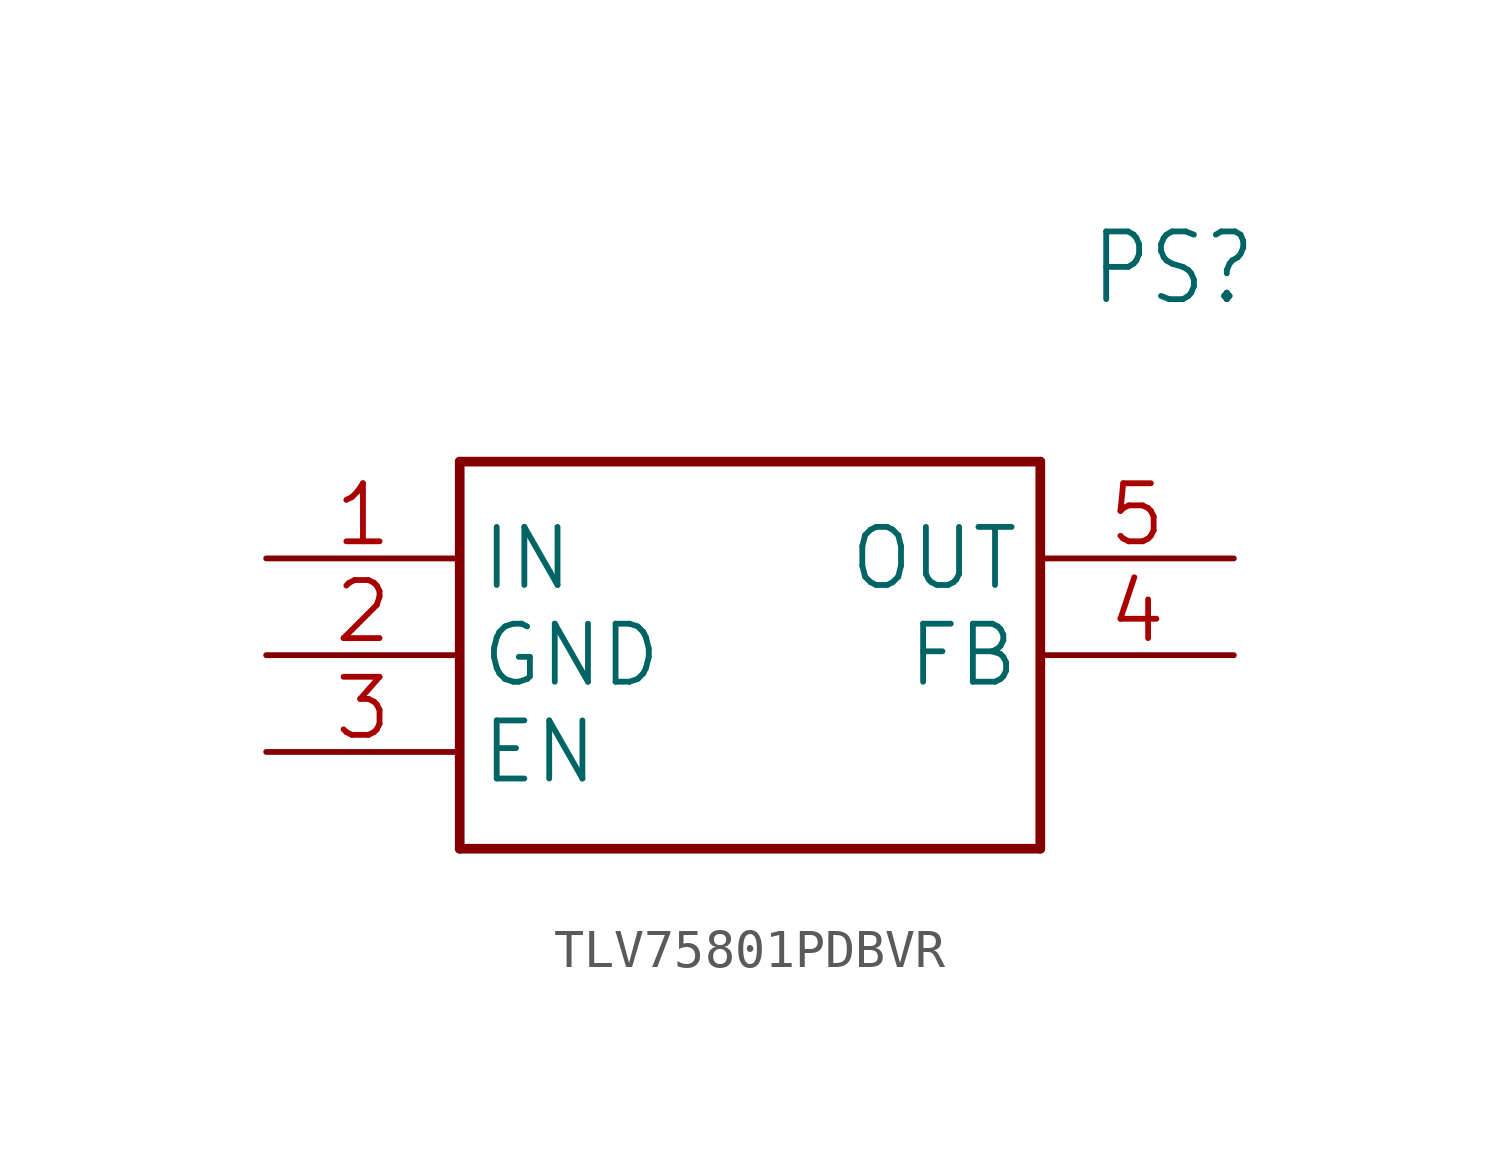
<source format=kicad_sym>
(kicad_symbol_lib
  (version 20241209)
  (generator "kicad_symbol_editor")
  (generator_version "9.0")
  (symbol "TLV75801PDBVR"
    (property "Reference" "PS"
      (at 21.59 7.62 0)
      (effects (font (size 1.778 1.511)) (justify left)))
    (property "Value" ""
      (at 21.59 5.08 0)
      (effects (font (size 1.778 1.511)) (justify left)))
    (property "ki_locked" ""
      (at 0 0 0)
      (effects (font (size 1.27 1.27))))
    (symbol "TLV75801PDBVR_1_0"
      (polyline (pts (xy 5.08 2.54) (xy 5.08 -7.62)) (stroke (width 0.254) (type solid)) (fill (type none)))
      (polyline (pts (xy 5.08 2.54) (xy 20.32 2.54)) (stroke (width 0.254) (type solid)) (fill (type none)))
      (polyline (pts (xy 20.32 -7.62) (xy 5.08 -7.62)) (stroke (width 0.254) (type solid)) (fill (type none)))
      (polyline (pts (xy 20.32 -7.62) (xy 20.32 2.54)) (stroke (width 0.254) (type solid)) (fill (type none)))
      (pin bidirectional line (at 0 0 0) (length 5.08) (name "IN" (effects (font (size 1.524 1.524)))) (number "1" (effects (font (size 1.524 1.524)))))
      (pin bidirectional line (at 0 -2.54 0) (length 5.08) (name "GND" (effects (font (size 1.524 1.524)))) (number "2" (effects (font (size 1.524 1.524)))))
      (pin bidirectional line (at 0 -5.08 0) (length 5.08) (name "EN" (effects (font (size 1.524 1.524)))) (number "3" (effects (font (size 1.524 1.524)))))
      (pin bidirectional line (at 25.4 0 180) (length 5.08) (name "OUT" (effects (font (size 1.524 1.524)))) (number "5" (effects (font (size 1.524 1.524)))))
      (pin bidirectional line (at 25.4 -2.54 180) (length 5.08) (name "FB" (effects (font (size 1.524 1.524)))) (number "4" (effects (font (size 1.524 1.524))))))))
</source>
